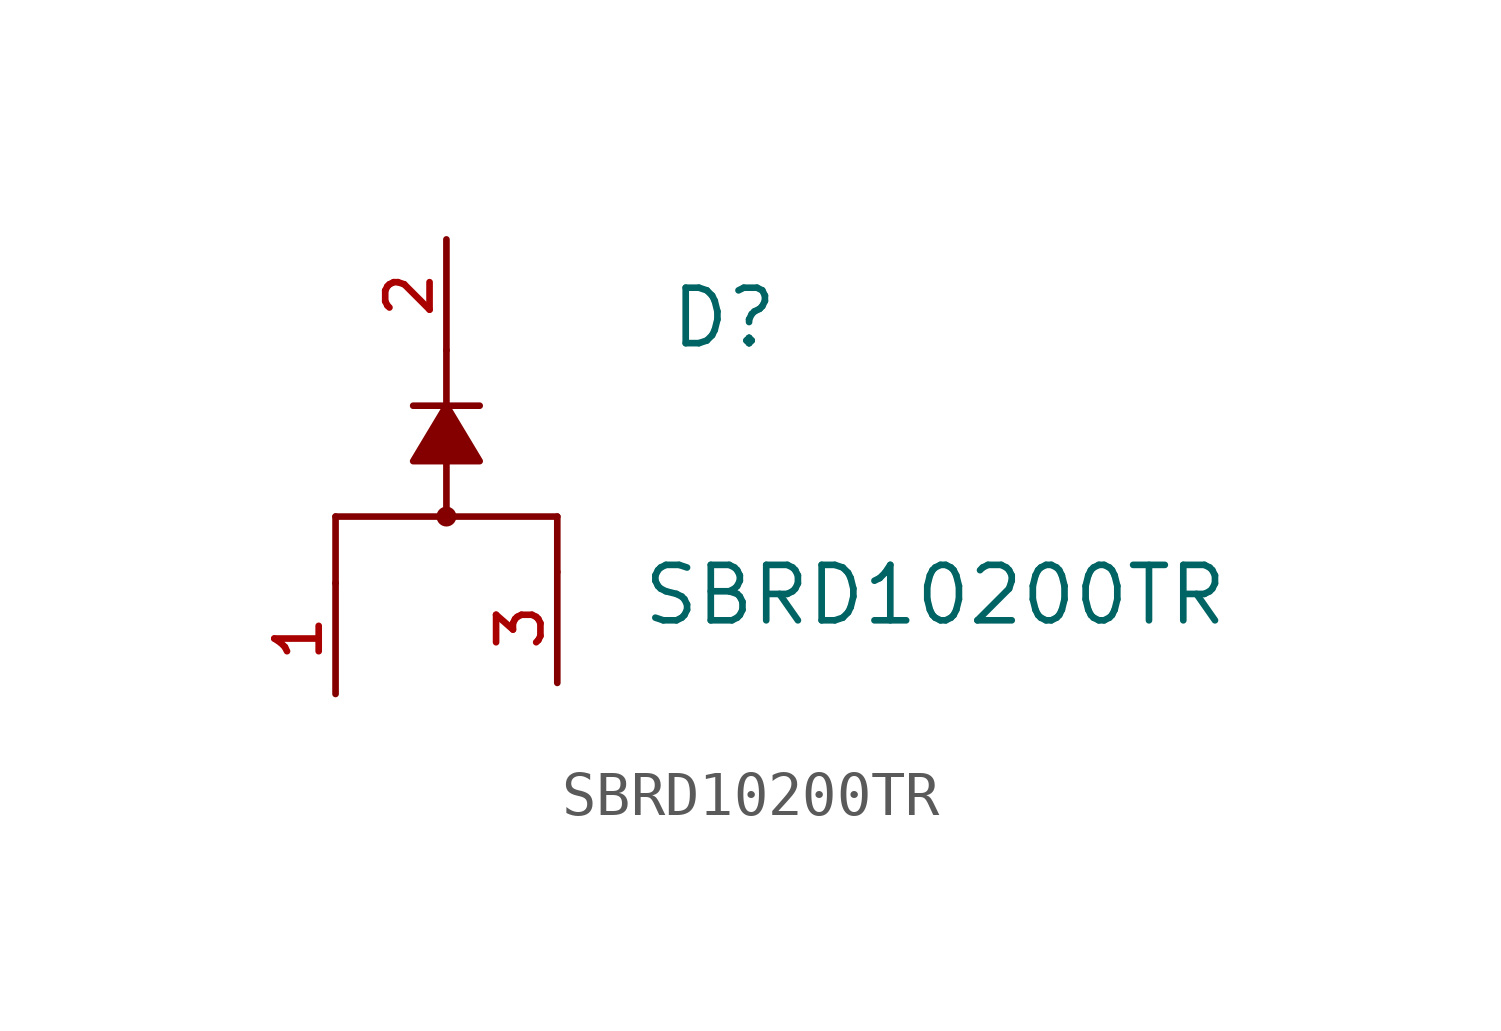
<source format=kicad_sym>
(kicad_symbol_lib
  (version 20220914)
  (generator kicad_symbol_editor)
  (symbol "SBRD10200TR"
    (pin_names
      (offset 1.016))
    (property "Reference" "D"
      (at 5.08 2.54 0)
      (effects (font (size 1.27 1.27)) (justify left bottom)))
    (property "Value" "SBRD10200TR"
      (at 4.445 -3.81 0)
      (effects (font (size 1.27 1.27)) (justify left bottom)))
    (symbol "SBRD10200TR_0_0"
      (circle (center 0 -1.27) (radius 0.152) (stroke (width 0.152) (type default)) (fill (type none)))
      (polyline (pts (xy -2.54 -1.27) (xy -2.54 -2.794)) (stroke (width 0.152) (type default)) (fill (type none)))
      (polyline (pts (xy 0 -1.27) (xy -2.54 -1.27)) (stroke (width 0.152) (type default)) (fill (type none)))
      (polyline (pts (xy 0 -1.27) (xy 2.54 -1.27)) (stroke (width 0.152) (type default)) (fill (type none)))
      (polyline (pts (xy 0 0) (xy 0 -1.27)) (stroke (width 0.152) (type default)) (fill (type none)))
      (polyline (pts (xy 0 1.27) (xy -0.762 1.27)) (stroke (width 0.152) (type default)) (fill (type none)))
      (polyline (pts (xy 0 1.27) (xy 0 2.54)) (stroke (width 0.152) (type default)) (fill (type none)))
      (polyline (pts (xy 0.762 1.27) (xy 0 1.27)) (stroke (width 0.152) (type default)) (fill (type none)))
      (polyline (pts (xy 2.54 -1.27) (xy 2.54 -2.54)) (stroke (width 0.152) (type default)) (fill (type none)))
      (polyline (pts (xy 0 1.27) (xy 0.762 0) (xy -0.762 0) (xy 0 1.27)) (stroke (width 0.152) (type default)) (fill (type outline)))
      (pin passive line (at -2.54 -5.334 90) (length 2.54) (name "~" (effects (font (size 1.016 1.016)))) (number "1" (effects (font (size 1.016 1.016)))))
      (pin passive line (at 0 5.08 270) (length 2.54) (name "~" (effects (font (size 1.016 1.016)))) (number "2" (effects (font (size 1.016 1.016)))))
      (pin passive line (at 2.54 -5.08 90) (length 2.54) (name "~" (effects (font (size 1.016 1.016)))) (number "3" (effects (font (size 1.016 1.016))))))))
</source>
